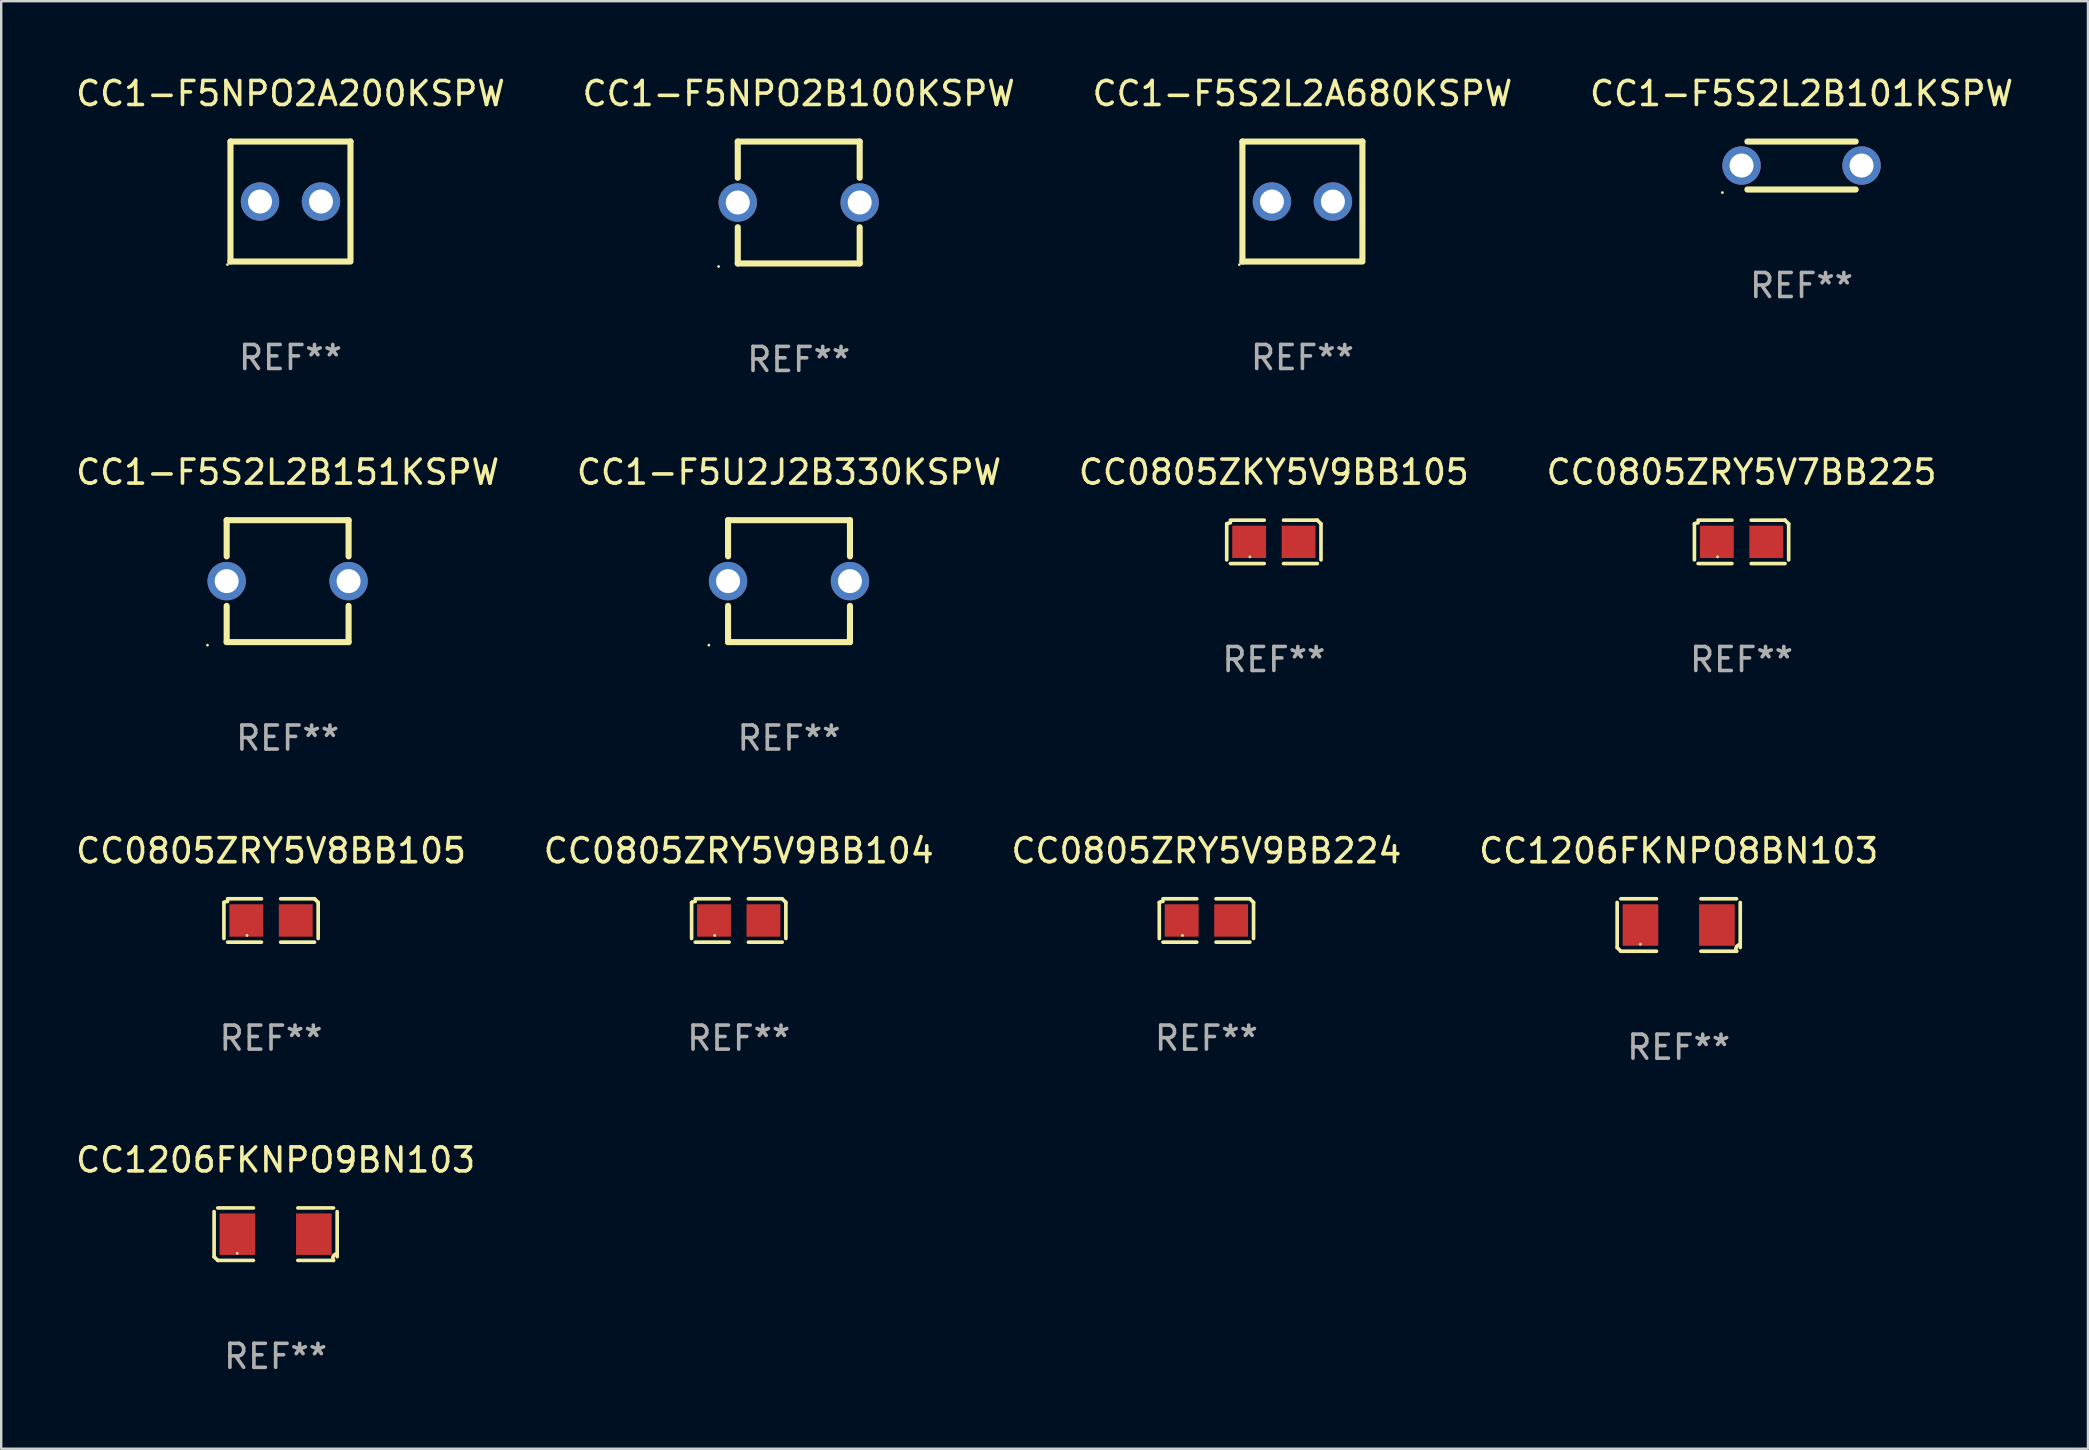
<source format=kicad_pcb>
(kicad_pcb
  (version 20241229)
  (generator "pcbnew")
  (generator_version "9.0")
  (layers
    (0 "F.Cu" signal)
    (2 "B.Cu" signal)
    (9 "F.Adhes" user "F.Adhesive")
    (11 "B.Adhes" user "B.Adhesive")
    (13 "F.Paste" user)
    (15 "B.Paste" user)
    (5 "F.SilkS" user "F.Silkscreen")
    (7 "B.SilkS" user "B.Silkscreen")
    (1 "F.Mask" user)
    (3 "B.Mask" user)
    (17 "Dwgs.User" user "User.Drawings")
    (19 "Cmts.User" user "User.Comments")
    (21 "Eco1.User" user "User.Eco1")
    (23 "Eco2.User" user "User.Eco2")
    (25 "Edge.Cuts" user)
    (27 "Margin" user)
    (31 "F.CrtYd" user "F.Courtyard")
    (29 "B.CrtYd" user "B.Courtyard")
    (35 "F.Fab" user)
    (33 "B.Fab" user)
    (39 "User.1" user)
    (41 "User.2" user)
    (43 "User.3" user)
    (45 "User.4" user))
  (footprint "CC1206FKNPO8BN103"
    (layer "F.Cu")
    (at 66.899 35.494)
    (property "Reference" "CC1206FKNPO8BN103" (at 0 -3.093 0) (layer "F.SilkS") (effects (font (size 1 1) (thickness 0.15))))
    (attr through_hole)
    (fp_line (start -2.564 0.94) (end -2.564 -0.94) (stroke (width 0.152) (type solid)) (layer "F.SilkS"))
    (fp_line (start -2.411 -1.093) (end -0.926 -1.093) (stroke (width 0.152) (type solid)) (layer "F.SilkS"))
    (fp_line (start -0.926 1.093) (end -2.411 1.093) (stroke (width 0.152) (type solid)) (layer "F.SilkS"))
    (fp_line (start 0.926 1.093) (end 2.411 1.093) (stroke (width 0.152) (type solid)) (layer "F.SilkS"))
    (fp_line (start 2.411 -1.093) (end 0.926 -1.093) (stroke (width 0.152) (type solid)) (layer "F.SilkS"))
    (fp_line (start 2.564 0.94) (end 2.564 -0.94) (stroke (width 0.152) (type solid)) (layer "F.SilkS"))
    (fp_arc (start -2.411201 1.092609) (mid -2.487413 1.01642) (end -2.563602 0.940208) (stroke (width 0.1524) (type solid)) (layer "F.SilkS"))
    (fp_arc (start 2.411201 1.092609) (mid 2.407159 0.911226) (end 2.563602 0.819347) (stroke (width 0.1524) (type solid)) (layer "F.SilkS"))
    (fp_circle (center -1.6 0.8) (end -1.57 0.8) (stroke (width 0.06) (type solid)) (fill no) (layer "F.SilkS"))
    (fp_text user "REF**" (at 0 5.093 0) (layer "F.Fab") (effects (font (size 1 1) (thickness 0.15))))
    (pad "1" smd rect (at -1.593 0) (size 1.485 1.728) (layers "F.Cu" "F.Mask" "F.Paste"))
    (pad "2" smd rect (at 1.593 0) (size 1.485 1.728) (layers "F.Cu" "F.Mask" "F.Paste")))
  (footprint "CC0805ZKY5V9BB105"
    (layer "F.Cu")
    (at 50.03 19.528)
    (property "Reference" "CC0805ZKY5V9BB105" (at 0 -2.904 0) (layer "F.SilkS") (effects (font (size 1 1) (thickness 0.15))))
    (attr through_hole)
    (fp_line (start -1.964 0.751) (end -1.964 -0.751) (stroke (width 0.152) (type solid)) (layer "F.SilkS"))
    (fp_line (start -1.811 -0.904) (end -0.401 -0.904) (stroke (width 0.152) (type solid)) (layer "F.SilkS"))
    (fp_line (start -0.401 0.904) (end -1.811 0.904) (stroke (width 0.152) (type solid)) (layer "F.SilkS"))
    (fp_line (start 0.401 0.904) (end 1.811 0.904) (stroke (width 0.152) (type solid)) (layer "F.SilkS"))
    (fp_line (start 1.811 -0.904) (end 0.401 -0.904) (stroke (width 0.152) (type solid)) (layer "F.SilkS"))
    (fp_line (start 1.964 0.751) (end 1.964 -0.751) (stroke (width 0.152) (type solid)) (layer "F.SilkS"))
    (fp_arc (start -1.963602 -0.751207) (mid -1.890354 -0.783131) (end -1.811201 -0.794044) (stroke (width 0.1524) (type solid)) (layer "F.SilkS"))
    (fp_arc (start 1.811202 -0.903607) (mid 1.887413 -0.827418) (end 1.963602 -0.751207) (stroke (width 0.1524) (type solid)) (layer "F.SilkS"))
    (fp_circle (center -1 0.625) (end -0.97 0.625) (stroke (width 0.06) (type solid)) (fill no) (layer "F.SilkS"))
    (fp_text user "REF**" (at 0 4.904 0) (layer "F.Fab") (effects (font (size 1 1) (thickness 0.15))))
    (pad "1" smd rect (at -1.03 0) (size 1.41 1.35) (layers "F.Cu" "F.Mask" "F.Paste"))
    (pad "2" smd rect (at 1.03 0) (size 1.41 1.35) (layers "F.Cu" "F.Mask" "F.Paste")))
  (footprint "CC0805ZRY5V9BB224"
    (layer "F.Cu")
    (at 47.22 35.305)
    (property "Reference" "CC0805ZRY5V9BB224" (at 0 -2.904 0) (layer "F.SilkS") (effects (font (size 1 1) (thickness 0.15))))
    (attr through_hole)
    (fp_line (start -1.964 0.751) (end -1.964 -0.751) (stroke (width 0.152) (type solid)) (layer "F.SilkS"))
    (fp_line (start -1.811 -0.904) (end -0.401 -0.904) (stroke (width 0.152) (type solid)) (layer "F.SilkS"))
    (fp_line (start -0.401 0.904) (end -1.811 0.904) (stroke (width 0.152) (type solid)) (layer "F.SilkS"))
    (fp_line (start 0.401 0.904) (end 1.811 0.904) (stroke (width 0.152) (type solid)) (layer "F.SilkS"))
    (fp_line (start 1.811 -0.904) (end 0.401 -0.904) (stroke (width 0.152) (type solid)) (layer "F.SilkS"))
    (fp_line (start 1.964 0.751) (end 1.964 -0.751) (stroke (width 0.152) (type solid)) (layer "F.SilkS"))
    (fp_arc (start -1.963602 -0.751207) (mid -1.890354 -0.783131) (end -1.811201 -0.794044) (stroke (width 0.1524) (type solid)) (layer "F.SilkS"))
    (fp_arc (start 1.811202 -0.903607) (mid 1.887413 -0.827418) (end 1.963602 -0.751207) (stroke (width 0.1524) (type solid)) (layer "F.SilkS"))
    (fp_circle (center -1 0.625) (end -0.97 0.625) (stroke (width 0.06) (type solid)) (fill no) (layer "F.SilkS"))
    (fp_text user "REF**" (at 0 4.904 0) (layer "F.Fab") (effects (font (size 1 1) (thickness 0.15))))
    (pad "1" smd rect (at -1.03 0) (size 1.41 1.35) (layers "F.Cu" "F.Mask" "F.Paste"))
    (pad "2" smd rect (at 1.03 0) (size 1.41 1.35) (layers "F.Cu" "F.Mask" "F.Paste")))
  (footprint "CC1-F5S2L2B151KSPW"
    (layer "F.Cu")
    (at 8.935 21.165)
    (property "Reference" "CC1-F5S2L2B151KSPW" (at 0 -4.54 0) (layer "F.SilkS") (effects (font (size 1 1) (thickness 0.15))))
    (attr through_hole)
    (fp_line (start -2.54 -2.54) (end 2.54 -2.54) (stroke (width 0.254) (type solid)) (layer "F.SilkS"))
    (fp_line (start -2.54 -1.031) (end -2.54 -2.54) (stroke (width 0.254) (type solid)) (layer "F.SilkS"))
    (fp_line (start -2.54 2.54) (end -2.54 1.031) (stroke (width 0.254) (type solid)) (layer "F.SilkS"))
    (fp_line (start 2.54 -2.54) (end 2.54 -1.031) (stroke (width 0.254) (type solid)) (layer "F.SilkS"))
    (fp_line (start 2.54 1.031) (end 2.54 2.54) (stroke (width 0.254) (type solid)) (layer "F.SilkS"))
    (fp_line (start 2.54 2.54) (end -2.54 2.54) (stroke (width 0.254) (type solid)) (layer "F.SilkS"))
    (fp_circle (center -3.34 2.667) (end -3.31 2.667) (stroke (width 0.06) (type solid)) (fill no) (layer "F.SilkS"))
    (fp_text user "REF**" (at 0 6.54 0) (layer "F.Fab") (effects (font (size 1 1) (thickness 0.15))))
    (pad "1" thru_hole circle (at -2.54 0) (size 1.6 1.6) (drill 1) (layers "*.Cu" "*.Mask"))
    (pad "2" thru_hole circle (at 2.54 0) (size 1.6 1.6) (drill 1) (layers "*.Cu" "*.Mask")))
  (footprint "CC0805ZRY5V9BB104"
    (layer "F.Cu")
    (at 27.732 35.305)
    (property "Reference" "CC0805ZRY5V9BB104" (at 0 -2.904 0) (layer "F.SilkS") (effects (font (size 1 1) (thickness 0.15))))
    (attr through_hole)
    (fp_line (start -1.964 0.751) (end -1.964 -0.751) (stroke (width 0.152) (type solid)) (layer "F.SilkS"))
    (fp_line (start -1.811 -0.904) (end -0.401 -0.904) (stroke (width 0.152) (type solid)) (layer "F.SilkS"))
    (fp_line (start -0.401 0.904) (end -1.811 0.904) (stroke (width 0.152) (type solid)) (layer "F.SilkS"))
    (fp_line (start 0.401 0.904) (end 1.811 0.904) (stroke (width 0.152) (type solid)) (layer "F.SilkS"))
    (fp_line (start 1.811 -0.904) (end 0.401 -0.904) (stroke (width 0.152) (type solid)) (layer "F.SilkS"))
    (fp_line (start 1.964 0.751) (end 1.964 -0.751) (stroke (width 0.152) (type solid)) (layer "F.SilkS"))
    (fp_arc (start -1.963602 -0.751207) (mid -1.890354 -0.783131) (end -1.811201 -0.794044) (stroke (width 0.1524) (type solid)) (layer "F.SilkS"))
    (fp_arc (start 1.811202 -0.903607) (mid 1.887413 -0.827418) (end 1.963602 -0.751207) (stroke (width 0.1524) (type solid)) (layer "F.SilkS"))
    (fp_circle (center -1 0.625) (end -0.97 0.625) (stroke (width 0.06) (type solid)) (fill no) (layer "F.SilkS"))
    (fp_text user "REF**" (at 0 4.904 0) (layer "F.Fab") (effects (font (size 1 1) (thickness 0.15))))
    (pad "1" smd rect (at -1.03 0) (size 1.41 1.35) (layers "F.Cu" "F.Mask" "F.Paste"))
    (pad "2" smd rect (at 1.03 0) (size 1.41 1.35) (layers "F.Cu" "F.Mask" "F.Paste")))
  (footprint "CC1-F5NPO2B100KSPW"
    (layer "F.Cu")
    (at 30.232 5.388)
    (property "Reference" "CC1-F5NPO2B100KSPW" (at 0 -4.54 0) (layer "F.SilkS") (effects (font (size 1 1) (thickness 0.15))))
    (attr through_hole)
    (fp_line (start -2.54 -2.54) (end 2.54 -2.54) (stroke (width 0.254) (type solid)) (layer "F.SilkS"))
    (fp_line (start -2.54 -1.031) (end -2.54 -2.54) (stroke (width 0.254) (type solid)) (layer "F.SilkS"))
    (fp_line (start -2.54 2.54) (end -2.54 1.031) (stroke (width 0.254) (type solid)) (layer "F.SilkS"))
    (fp_line (start 2.54 -2.54) (end 2.54 -1.031) (stroke (width 0.254) (type solid)) (layer "F.SilkS"))
    (fp_line (start 2.54 1.031) (end 2.54 2.54) (stroke (width 0.254) (type solid)) (layer "F.SilkS"))
    (fp_line (start 2.54 2.54) (end -2.54 2.54) (stroke (width 0.254) (type solid)) (layer "F.SilkS"))
    (fp_circle (center -3.34 2.667) (end -3.31 2.667) (stroke (width 0.06) (type solid)) (fill no) (layer "F.SilkS"))
    (fp_text user "REF**" (at 0 6.54 0) (layer "F.Fab") (effects (font (size 1 1) (thickness 0.15))))
    (pad "1" thru_hole circle (at -2.54 0) (size 1.6 1.6) (drill 1) (layers "*.Cu" "*.Mask"))
    (pad "2" thru_hole circle (at 2.54 0) (size 1.6 1.6) (drill 1) (layers "*.Cu" "*.Mask")))
  (footprint "CC1-F5U2J2B330KSPW"
    (layer "F.Cu")
    (at 29.827 21.165)
    (property "Reference" "CC1-F5U2J2B330KSPW" (at 0 -4.54 0) (layer "F.SilkS") (effects (font (size 1 1) (thickness 0.15))))
    (attr through_hole)
    (fp_line (start -2.54 -2.54) (end 2.54 -2.54) (stroke (width 0.254) (type solid)) (layer "F.SilkS"))
    (fp_line (start -2.54 -1.031) (end -2.54 -2.54) (stroke (width 0.254) (type solid)) (layer "F.SilkS"))
    (fp_line (start -2.54 2.54) (end -2.54 1.031) (stroke (width 0.254) (type solid)) (layer "F.SilkS"))
    (fp_line (start 2.54 -2.54) (end 2.54 -1.031) (stroke (width 0.254) (type solid)) (layer "F.SilkS"))
    (fp_line (start 2.54 1.031) (end 2.54 2.54) (stroke (width 0.254) (type solid)) (layer "F.SilkS"))
    (fp_line (start 2.54 2.54) (end -2.54 2.54) (stroke (width 0.254) (type solid)) (layer "F.SilkS"))
    (fp_circle (center -3.34 2.667) (end -3.31 2.667) (stroke (width 0.06) (type solid)) (fill no) (layer "F.SilkS"))
    (fp_text user "REF**" (at 0 6.54 0) (layer "F.Fab") (effects (font (size 1 1) (thickness 0.15))))
    (pad "1" thru_hole circle (at -2.54 0) (size 1.6 1.6) (drill 1) (layers "*.Cu" "*.Mask"))
    (pad "2" thru_hole circle (at 2.54 0) (size 1.6 1.6) (drill 1) (layers "*.Cu" "*.Mask")))
  (footprint "CC1-F5NPO2A200KSPW"
    (layer "F.Cu")
    (at 9.054 5.348)
    (property "Reference" "CC1-F5NPO2A200KSPW" (at 0 -4.5 0) (layer "F.SilkS") (effects (font (size 1 1) (thickness 0.15))))
    (attr through_hole)
    (fp_line (start -2.5 -2.5) (end -2.5 2.5) (stroke (width 0.254) (type solid)) (layer "F.SilkS"))
    (fp_line (start -2.5 -2.5) (end 2.5 -2.5) (stroke (width 0.254) (type solid)) (layer "F.SilkS"))
    (fp_line (start -2.5 2.5) (end 2.5 2.5) (stroke (width 0.254) (type solid)) (layer "F.SilkS"))
    (fp_line (start 2.5 -2.5) (end 2.5 2.413) (stroke (width 0.254) (type solid)) (layer "F.SilkS"))
    (fp_circle (center -2.627 2.627) (end -2.597 2.627) (stroke (width 0.06) (type solid)) (fill no) (layer "F.SilkS"))
    (fp_text user "REF**" (at 0 6.5 0) (layer "F.Fab") (effects (font (size 1 1) (thickness 0.15))))
    (pad "1" thru_hole circle (at -1.27 0) (size 1.6 1.6) (drill 1) (layers "*.Cu" "*.Mask"))
    (pad "2" thru_hole circle (at 1.27 0) (size 1.6 1.6) (drill 1) (layers "*.Cu" "*.Mask")))
  (footprint "CC1206FKNPO9BN103"
    (layer "F.Cu")
    (at 8.435 48.376)
    (property "Reference" "CC1206FKNPO9BN103" (at 0 -3.093 0) (layer "F.SilkS") (effects (font (size 1 1) (thickness 0.15))))
    (attr through_hole)
    (fp_line (start -2.564 0.94) (end -2.564 -0.94) (stroke (width 0.152) (type solid)) (layer "F.SilkS"))
    (fp_line (start -2.411 -1.093) (end -0.926 -1.093) (stroke (width 0.152) (type solid)) (layer "F.SilkS"))
    (fp_line (start -0.926 1.093) (end -2.411 1.093) (stroke (width 0.152) (type solid)) (layer "F.SilkS"))
    (fp_line (start 0.926 1.093) (end 2.411 1.093) (stroke (width 0.152) (type solid)) (layer "F.SilkS"))
    (fp_line (start 2.411 -1.093) (end 0.926 -1.093) (stroke (width 0.152) (type solid)) (layer "F.SilkS"))
    (fp_line (start 2.564 0.94) (end 2.564 -0.94) (stroke (width 0.152) (type solid)) (layer "F.SilkS"))
    (fp_arc (start -2.411201 1.092609) (mid -2.487413 1.01642) (end -2.563602 0.940208) (stroke (width 0.1524) (type solid)) (layer "F.SilkS"))
    (fp_arc (start 2.411201 1.092609) (mid 2.407159 0.911226) (end 2.563602 0.819347) (stroke (width 0.1524) (type solid)) (layer "F.SilkS"))
    (fp_circle (center -1.6 0.8) (end -1.57 0.8) (stroke (width 0.06) (type solid)) (fill no) (layer "F.SilkS"))
    (fp_text user "REF**" (at 0 5.093 0) (layer "F.Fab") (effects (font (size 1 1) (thickness 0.15))))
    (pad "1" smd rect (at -1.593 0) (size 1.485 1.728) (layers "F.Cu" "F.Mask" "F.Paste"))
    (pad "2" smd rect (at 1.593 0) (size 1.485 1.728) (layers "F.Cu" "F.Mask" "F.Paste")))
  (footprint "CC1-F5S2L2A680KSPW"
    (layer "F.Cu")
    (at 51.22 5.348)
    (property "Reference" "CC1-F5S2L2A680KSPW" (at 0 -4.5 0) (layer "F.SilkS") (effects (font (size 1 1) (thickness 0.15))))
    (attr through_hole)
    (fp_line (start -2.5 -2.5) (end -2.5 2.5) (stroke (width 0.254) (type solid)) (layer "F.SilkS"))
    (fp_line (start -2.5 -2.5) (end 2.5 -2.5) (stroke (width 0.254) (type solid)) (layer "F.SilkS"))
    (fp_line (start -2.5 2.5) (end 2.5 2.5) (stroke (width 0.254) (type solid)) (layer "F.SilkS"))
    (fp_line (start 2.5 -2.5) (end 2.5 2.413) (stroke (width 0.254) (type solid)) (layer "F.SilkS"))
    (fp_circle (center -2.627 2.627) (end -2.597 2.627) (stroke (width 0.06) (type solid)) (fill no) (layer "F.SilkS"))
    (fp_text user "REF**" (at 0 6.5 0) (layer "F.Fab") (effects (font (size 1 1) (thickness 0.15))))
    (pad "1" thru_hole circle (at -1.27 0) (size 1.6 1.6) (drill 1) (layers "*.Cu" "*.Mask"))
    (pad "2" thru_hole circle (at 1.27 0) (size 1.6 1.6) (drill 1) (layers "*.Cu" "*.Mask")))
  (footprint "CC0805ZRY5V8BB105"
    (layer "F.Cu")
    (at 8.244 35.305)
    (property "Reference" "CC0805ZRY5V8BB105" (at 0 -2.904 0) (layer "F.SilkS") (effects (font (size 1 1) (thickness 0.15))))
    (attr through_hole)
    (fp_line (start -1.964 0.751) (end -1.964 -0.751) (stroke (width 0.152) (type solid)) (layer "F.SilkS"))
    (fp_line (start -1.811 -0.904) (end -0.401 -0.904) (stroke (width 0.152) (type solid)) (layer "F.SilkS"))
    (fp_line (start -0.401 0.904) (end -1.811 0.904) (stroke (width 0.152) (type solid)) (layer "F.SilkS"))
    (fp_line (start 0.401 0.904) (end 1.811 0.904) (stroke (width 0.152) (type solid)) (layer "F.SilkS"))
    (fp_line (start 1.811 -0.904) (end 0.401 -0.904) (stroke (width 0.152) (type solid)) (layer "F.SilkS"))
    (fp_line (start 1.964 0.751) (end 1.964 -0.751) (stroke (width 0.152) (type solid)) (layer "F.SilkS"))
    (fp_arc (start -1.963602 -0.751207) (mid -1.890354 -0.783131) (end -1.811201 -0.794044) (stroke (width 0.1524) (type solid)) (layer "F.SilkS"))
    (fp_arc (start 1.811202 -0.903607) (mid 1.887413 -0.827418) (end 1.963602 -0.751207) (stroke (width 0.1524) (type solid)) (layer "F.SilkS"))
    (fp_circle (center -1 0.625) (end -0.97 0.625) (stroke (width 0.06) (type solid)) (fill no) (layer "F.SilkS"))
    (fp_text user "REF**" (at 0 4.904 0) (layer "F.Fab") (effects (font (size 1 1) (thickness 0.15))))
    (pad "1" smd rect (at -1.03 0) (size 1.41 1.35) (layers "F.Cu" "F.Mask" "F.Paste"))
    (pad "2" smd rect (at 1.03 0) (size 1.41 1.35) (layers "F.Cu" "F.Mask" "F.Paste")))
  (footprint "CC0805ZRY5V7BB225"
    (layer "F.Cu")
    (at 69.518 19.528)
    (property "Reference" "CC0805ZRY5V7BB225" (at 0 -2.904 0) (layer "F.SilkS") (effects (font (size 1 1) (thickness 0.15))))
    (attr through_hole)
    (fp_line (start -1.964 0.751) (end -1.964 -0.751) (stroke (width 0.152) (type solid)) (layer "F.SilkS"))
    (fp_line (start -1.811 -0.904) (end -0.401 -0.904) (stroke (width 0.152) (type solid)) (layer "F.SilkS"))
    (fp_line (start -0.401 0.904) (end -1.811 0.904) (stroke (width 0.152) (type solid)) (layer "F.SilkS"))
    (fp_line (start 0.401 0.904) (end 1.811 0.904) (stroke (width 0.152) (type solid)) (layer "F.SilkS"))
    (fp_line (start 1.811 -0.904) (end 0.401 -0.904) (stroke (width 0.152) (type solid)) (layer "F.SilkS"))
    (fp_line (start 1.964 0.751) (end 1.964 -0.751) (stroke (width 0.152) (type solid)) (layer "F.SilkS"))
    (fp_arc (start -1.963602 -0.751207) (mid -1.890354 -0.783131) (end -1.811201 -0.794044) (stroke (width 0.1524) (type solid)) (layer "F.SilkS"))
    (fp_arc (start 1.811202 -0.903607) (mid 1.887413 -0.827418) (end 1.963602 -0.751207) (stroke (width 0.1524) (type solid)) (layer "F.SilkS"))
    (fp_circle (center -1 0.625) (end -0.97 0.625) (stroke (width 0.06) (type solid)) (fill no) (layer "F.SilkS"))
    (fp_text user "REF**" (at 0 4.904 0) (layer "F.Fab") (effects (font (size 1 1) (thickness 0.15))))
    (pad "1" smd rect (at -1.03 0) (size 1.41 1.35) (layers "F.Cu" "F.Mask" "F.Paste"))
    (pad "2" smd rect (at 1.03 0) (size 1.41 1.35) (layers "F.Cu" "F.Mask" "F.Paste")))
  (footprint "CC1-F5S2L2B101KSPW"
    (layer "F.Cu")
    (at 72.018 3.848)
    (property "Reference" "CC1-F5S2L2B101KSPW" (at 0 -3 0) (layer "F.SilkS") (effects (font (size 1 1) (thickness 0.15))))
    (attr through_hole)
    (fp_line (start -2.257 -1) (end 2.256 -1) (stroke (width 0.254) (type solid)) (layer "F.SilkS"))
    (fp_line (start -2.257 1) (end 2.256 1) (stroke (width 0.254) (type solid)) (layer "F.SilkS"))
    (fp_circle (center -3.3 1.127) (end -3.27 1.127) (stroke (width 0.06) (type solid)) (fill no) (layer "F.SilkS"))
    (fp_text user "REF**" (at 0 5 0) (layer "F.Fab") (effects (font (size 1 1) (thickness 0.15))))
    (pad "1" thru_hole circle (at -2.5 0) (size 1.6 1.6) (drill 1) (layers "*.Cu" "*.Mask"))
    (pad "2" thru_hole circle (at 2.5 0) (size 1.6 1.6) (drill 1) (layers "*.Cu" "*.Mask")))
  (gr_rect
    (start -3 -3)
    (end 83.952 57.316)
    (stroke (width 0.1) (type default))
    (fill no)
    (layer "Edge.Cuts")))
</source>
